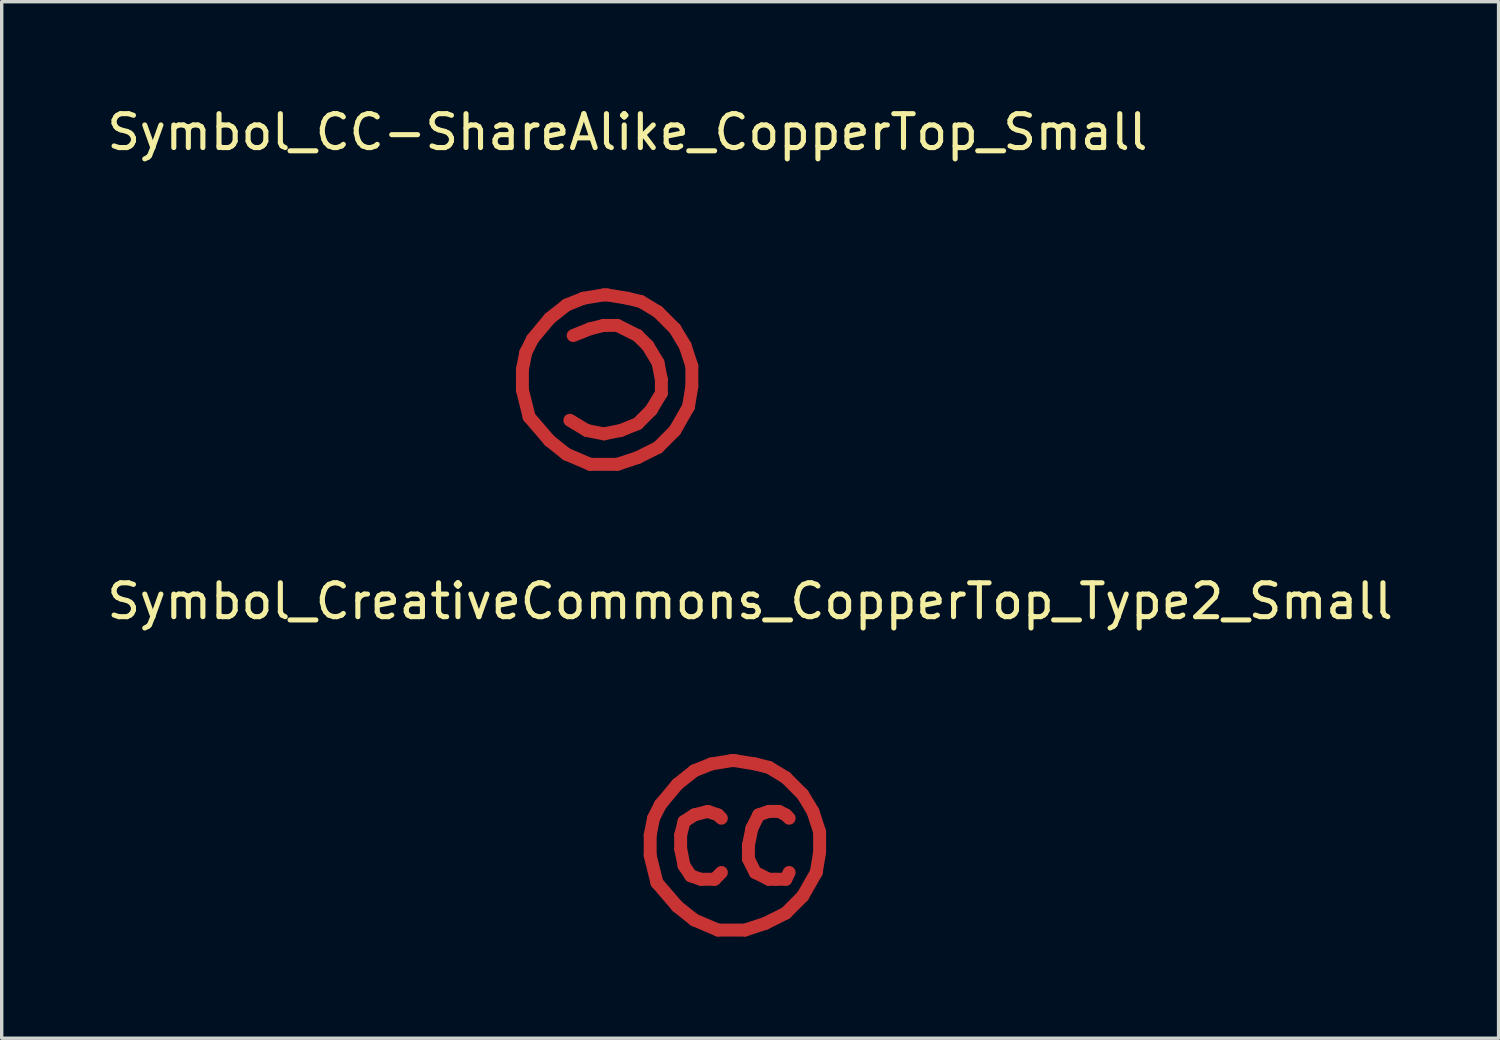
<source format=kicad_pcb>
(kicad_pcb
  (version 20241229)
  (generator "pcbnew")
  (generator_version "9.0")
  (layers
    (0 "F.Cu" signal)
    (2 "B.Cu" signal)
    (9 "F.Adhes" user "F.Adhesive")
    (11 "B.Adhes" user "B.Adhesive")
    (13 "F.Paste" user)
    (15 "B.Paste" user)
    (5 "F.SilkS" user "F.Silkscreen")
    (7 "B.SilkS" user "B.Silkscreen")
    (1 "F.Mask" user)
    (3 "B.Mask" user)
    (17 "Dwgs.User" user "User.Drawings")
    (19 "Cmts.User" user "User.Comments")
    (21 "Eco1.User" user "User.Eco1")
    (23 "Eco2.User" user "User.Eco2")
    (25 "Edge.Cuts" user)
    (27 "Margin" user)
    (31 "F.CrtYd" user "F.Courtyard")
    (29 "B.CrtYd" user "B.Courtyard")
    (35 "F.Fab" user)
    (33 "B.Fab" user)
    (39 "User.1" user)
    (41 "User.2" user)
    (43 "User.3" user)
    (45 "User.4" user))
  (footprint "Symbol_CC-ShareAlike_CopperTop_Small"
    (layer "F.Cu")
    (at 14.859 8.148)
    (property "Reference" "Symbol_CC-ShareAlike_CopperTop_Small" (at 0.599 -7.3 0) (layer "F.SilkS") (effects (font (size 1 1) (thickness 0.15))))
    (attr through_hole)
    (fp_line (start -2.499 -0.3) (end -2.499 0.3) (stroke (width 0.381) (type solid)) (layer "F.Cu"))
    (fp_line (start -2.499 0.3) (end -2.301 1.1) (stroke (width 0.381) (type solid)) (layer "F.Cu"))
    (fp_line (start -2.4 -0.8) (end -2.499 -0.3) (stroke (width 0.381) (type solid)) (layer "F.Cu"))
    (fp_line (start -2.301 1.1) (end -1.699 1.801) (stroke (width 0.381) (type solid)) (layer "F.Cu"))
    (fp_line (start -2.2 -1.199) (end -2.4 -0.8) (stroke (width 0.381) (type solid)) (layer "F.Cu"))
    (fp_line (start -1.699 -1.801) (end -2.2 -1.199) (stroke (width 0.381) (type solid)) (layer "F.Cu"))
    (fp_line (start -1.699 1.801) (end -1.199 2.2) (stroke (width 0.381) (type solid)) (layer "F.Cu"))
    (fp_line (start -1.199 -2.2) (end -1.699 -1.801) (stroke (width 0.381) (type solid)) (layer "F.Cu"))
    (fp_line (start -1.199 2.2) (end -0.5 2.499) (stroke (width 0.381) (type solid)) (layer "F.Cu"))
    (fp_line (start -1.1 1.199) (end -0.599 1.501) (stroke (width 0.381) (type solid)) (layer "F.Cu"))
    (fp_line (start -0.701 -2.4) (end -1.199 -2.2) (stroke (width 0.381) (type solid)) (layer "F.Cu"))
    (fp_line (start -0.599 1.501) (end -0.099 1.6) (stroke (width 0.381) (type solid)) (layer "F.Cu"))
    (fp_line (start -0.5 -1.501) (end -1.001 -1.3) (stroke (width 0.381) (type solid)) (layer "F.Cu"))
    (fp_line (start -0.5 2.499) (end 0.3 2.499) (stroke (width 0.381) (type solid)) (layer "F.Cu"))
    (fp_line (start -0.099 -2.499) (end -0.701 -2.4) (stroke (width 0.381) (type solid)) (layer "F.Cu"))
    (fp_line (start -0.099 -1.6) (end -0.5 -1.501) (stroke (width 0.381) (type solid)) (layer "F.Cu"))
    (fp_line (start -0.099 1.6) (end 0.399 1.501) (stroke (width 0.381) (type solid)) (layer "F.Cu"))
    (fp_line (start 0 -2.499) (end -0.099 -2.499) (stroke (width 0.381) (type solid)) (layer "F.Cu"))
    (fp_line (start 0.3 -1.6) (end -0.099 -1.6) (stroke (width 0.381) (type solid)) (layer "F.Cu"))
    (fp_line (start 0.3 2.499) (end 0.899 2.301) (stroke (width 0.381) (type solid)) (layer "F.Cu"))
    (fp_line (start 0.399 1.501) (end 0.899 1.3) (stroke (width 0.381) (type solid)) (layer "F.Cu"))
    (fp_line (start 0.599 -2.4) (end 0 -2.499) (stroke (width 0.381) (type solid)) (layer "F.Cu"))
    (fp_line (start 0.899 -1.3) (end 0.3 -1.6) (stroke (width 0.381) (type solid)) (layer "F.Cu"))
    (fp_line (start 0.899 1.3) (end 1.3 0.899) (stroke (width 0.381) (type solid)) (layer "F.Cu"))
    (fp_line (start 0.899 2.301) (end 1.501 1.999) (stroke (width 0.381) (type solid)) (layer "F.Cu"))
    (fp_line (start 1.001 -2.301) (end 0.599 -2.4) (stroke (width 0.381) (type solid)) (layer "F.Cu"))
    (fp_line (start 1.199 -1.001) (end 0.899 -1.3) (stroke (width 0.381) (type solid)) (layer "F.Cu"))
    (fp_line (start 1.3 0.899) (end 1.6 0.399) (stroke (width 0.381) (type solid)) (layer "F.Cu"))
    (fp_line (start 1.501 -1.999) (end 1.001 -2.301) (stroke (width 0.381) (type solid)) (layer "F.Cu"))
    (fp_line (start 1.501 -0.5) (end 1.199 -1.001) (stroke (width 0.381) (type solid)) (layer "F.Cu"))
    (fp_line (start 1.501 1.999) (end 1.999 1.501) (stroke (width 0.381) (type solid)) (layer "F.Cu"))
    (fp_line (start 1.6 0) (end 1.501 -0.5) (stroke (width 0.381) (type solid)) (layer "F.Cu"))
    (fp_line (start 1.6 0.399) (end 1.6 0) (stroke (width 0.381) (type solid)) (layer "F.Cu"))
    (fp_line (start 1.999 -1.501) (end 1.501 -1.999) (stroke (width 0.381) (type solid)) (layer "F.Cu"))
    (fp_line (start 1.999 1.501) (end 2.4 0.8) (stroke (width 0.381) (type solid)) (layer "F.Cu"))
    (fp_line (start 2.301 -1.001) (end 1.999 -1.501) (stroke (width 0.381) (type solid)) (layer "F.Cu"))
    (fp_line (start 2.4 0.8) (end 2.499 0.201) (stroke (width 0.381) (type solid)) (layer "F.Cu"))
    (fp_line (start 2.499 -0.399) (end 2.301 -1.001) (stroke (width 0.381) (type solid)) (layer "F.Cu"))
    (fp_line (start 2.499 0.201) (end 2.499 -0.399) (stroke (width 0.381) (type solid)) (layer "F.Cu")))
  (footprint "Symbol_CreativeCommons_CopperTop_Type2_Small"
    (layer "F.Cu")
    (at 18.478 21.986)
    (property "Reference" "Symbol_CreativeCommons_CopperTop_Type2_Small" (at 0.599 -7.3 0) (layer "F.SilkS") (effects (font (size 1 1) (thickness 0.15))))
    (attr through_hole)
    (fp_line (start -2.349 -0.4) (end -2.349 0.2) (stroke (width 0.381) (type solid)) (layer "F.Cu"))
    (fp_line (start -2.349 0.2) (end -2.151 1) (stroke (width 0.381) (type solid)) (layer "F.Cu"))
    (fp_line (start -2.25 -0.9) (end -2.349 -0.4) (stroke (width 0.381) (type solid)) (layer "F.Cu"))
    (fp_line (start -2.151 1) (end -1.549 1.701) (stroke (width 0.381) (type solid)) (layer "F.Cu"))
    (fp_line (start -2.05 -1.299) (end -2.25 -0.9) (stroke (width 0.381) (type solid)) (layer "F.Cu"))
    (fp_line (start -1.549 -1.901) (end -2.05 -1.299) (stroke (width 0.381) (type solid)) (layer "F.Cu"))
    (fp_line (start -1.549 1.701) (end -1.049 2.1) (stroke (width 0.381) (type solid)) (layer "F.Cu"))
    (fp_line (start -1.45 -0.4) (end -1.45 -0.001) (stroke (width 0.381) (type solid)) (layer "F.Cu"))
    (fp_line (start -1.45 -0.001) (end -1.351 0.499) (stroke (width 0.381) (type solid)) (layer "F.Cu"))
    (fp_line (start -1.351 -0.801) (end -1.45 -0.4) (stroke (width 0.381) (type solid)) (layer "F.Cu"))
    (fp_line (start -1.351 0.499) (end -1.15 0.799) (stroke (width 0.381) (type solid)) (layer "F.Cu"))
    (fp_line (start -1.15 0.799) (end -0.851 0.901) (stroke (width 0.381) (type solid)) (layer "F.Cu"))
    (fp_line (start -1.049 -2.3) (end -1.549 -1.901) (stroke (width 0.381) (type solid)) (layer "F.Cu"))
    (fp_line (start -1.049 -0.999) (end -1.351 -0.801) (stroke (width 0.381) (type solid)) (layer "F.Cu"))
    (fp_line (start -1.049 2.1) (end -0.35 2.399) (stroke (width 0.381) (type solid)) (layer "F.Cu"))
    (fp_line (start -0.851 0.901) (end -0.449 0.901) (stroke (width 0.381) (type solid)) (layer "F.Cu"))
    (fp_line (start -0.65 -1.101) (end -1.049 -0.999) (stroke (width 0.381) (type solid)) (layer "F.Cu"))
    (fp_line (start -0.551 -2.5) (end -1.049 -2.3) (stroke (width 0.381) (type solid)) (layer "F.Cu"))
    (fp_line (start -0.449 0.901) (end -0.249 0.7) (stroke (width 0.381) (type solid)) (layer "F.Cu"))
    (fp_line (start -0.35 -0.999) (end -0.65 -1.101) (stroke (width 0.381) (type solid)) (layer "F.Cu"))
    (fp_line (start -0.35 2.399) (end 0.45 2.399) (stroke (width 0.381) (type solid)) (layer "F.Cu"))
    (fp_line (start -0.249 -0.9) (end -0.35 -0.999) (stroke (width 0.381) (type solid)) (layer "F.Cu"))
    (fp_line (start 0.051 -2.599) (end -0.551 -2.5) (stroke (width 0.381) (type solid)) (layer "F.Cu"))
    (fp_line (start 0.15 -2.599) (end 0.051 -2.599) (stroke (width 0.381) (type solid)) (layer "F.Cu"))
    (fp_line (start 0.45 2.399) (end 1.049 2.201) (stroke (width 0.381) (type solid)) (layer "F.Cu"))
    (fp_line (start 0.549 -0.1) (end 0.549 0.299) (stroke (width 0.381) (type solid)) (layer "F.Cu"))
    (fp_line (start 0.549 0.299) (end 0.749 0.7) (stroke (width 0.381) (type solid)) (layer "F.Cu"))
    (fp_line (start 0.65 -0.6) (end 0.549 -0.1) (stroke (width 0.381) (type solid)) (layer "F.Cu"))
    (fp_line (start 0.749 -2.5) (end 0.15 -2.599) (stroke (width 0.381) (type solid)) (layer "F.Cu"))
    (fp_line (start 0.749 0.7) (end 1.151 0.901) (stroke (width 0.381) (type solid)) (layer "F.Cu"))
    (fp_line (start 0.851 -0.999) (end 0.65 -0.6) (stroke (width 0.381) (type solid)) (layer "F.Cu"))
    (fp_line (start 1.049 2.201) (end 1.651 1.899) (stroke (width 0.381) (type solid)) (layer "F.Cu"))
    (fp_line (start 1.151 -2.401) (end 0.749 -2.5) (stroke (width 0.381) (type solid)) (layer "F.Cu"))
    (fp_line (start 1.151 -1.101) (end 0.851 -0.999) (stroke (width 0.381) (type solid)) (layer "F.Cu"))
    (fp_line (start 1.151 0.901) (end 1.349 0.901) (stroke (width 0.381) (type solid)) (layer "F.Cu"))
    (fp_line (start 1.349 0.901) (end 1.651 0.901) (stroke (width 0.381) (type solid)) (layer "F.Cu"))
    (fp_line (start 1.45 -1.101) (end 1.151 -1.101) (stroke (width 0.381) (type solid)) (layer "F.Cu"))
    (fp_line (start 1.651 -2.099) (end 1.151 -2.401) (stroke (width 0.381) (type solid)) (layer "F.Cu"))
    (fp_line (start 1.651 -0.999) (end 1.45 -1.101) (stroke (width 0.381) (type solid)) (layer "F.Cu"))
    (fp_line (start 1.651 0.901) (end 1.75 0.7) (stroke (width 0.381) (type solid)) (layer "F.Cu"))
    (fp_line (start 1.651 1.899) (end 2.149 1.401) (stroke (width 0.381) (type solid)) (layer "F.Cu"))
    (fp_line (start 1.75 -0.9) (end 1.651 -0.999) (stroke (width 0.381) (type solid)) (layer "F.Cu"))
    (fp_line (start 2.149 -1.601) (end 1.651 -2.099) (stroke (width 0.381) (type solid)) (layer "F.Cu"))
    (fp_line (start 2.149 1.401) (end 2.55 0.7) (stroke (width 0.381) (type solid)) (layer "F.Cu"))
    (fp_line (start 2.451 -1.101) (end 2.149 -1.601) (stroke (width 0.381) (type solid)) (layer "F.Cu"))
    (fp_line (start 2.55 0.7) (end 2.649 0.101) (stroke (width 0.381) (type solid)) (layer "F.Cu"))
    (fp_line (start 2.649 -0.499) (end 2.451 -1.101) (stroke (width 0.381) (type solid)) (layer "F.Cu"))
    (fp_line (start 2.649 0.101) (end 2.649 -0.499) (stroke (width 0.381) (type solid)) (layer "F.Cu")))
  (gr_rect
    (start -3 -3)
    (end 41.155 27.576)
    (stroke (width 0.1) (type default))
    (fill no)
    (layer "Edge.Cuts")))
</source>
